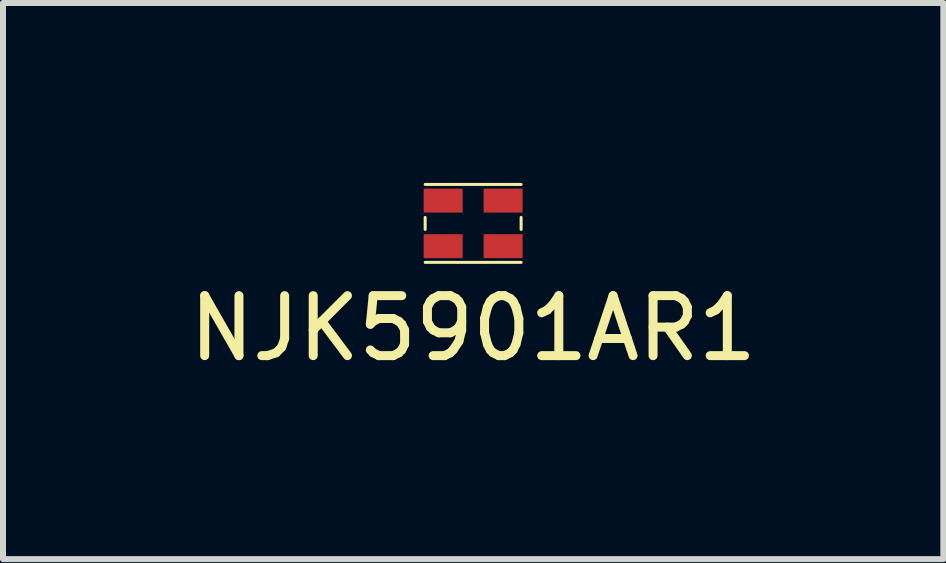
<source format=kicad_pcb>
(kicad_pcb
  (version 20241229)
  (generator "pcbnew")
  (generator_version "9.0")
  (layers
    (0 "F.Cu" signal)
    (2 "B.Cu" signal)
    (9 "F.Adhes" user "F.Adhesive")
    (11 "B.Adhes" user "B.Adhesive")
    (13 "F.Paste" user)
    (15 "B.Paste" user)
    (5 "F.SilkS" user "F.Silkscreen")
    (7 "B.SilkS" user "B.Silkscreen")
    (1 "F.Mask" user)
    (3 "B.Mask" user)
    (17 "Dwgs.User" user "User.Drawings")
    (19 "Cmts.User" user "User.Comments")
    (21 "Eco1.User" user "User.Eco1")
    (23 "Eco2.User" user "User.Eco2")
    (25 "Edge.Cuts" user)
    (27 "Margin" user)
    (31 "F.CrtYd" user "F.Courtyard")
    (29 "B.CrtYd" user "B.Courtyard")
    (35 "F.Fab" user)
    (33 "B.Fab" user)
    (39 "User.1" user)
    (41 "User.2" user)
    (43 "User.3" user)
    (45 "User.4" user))
  (footprint "NJK5901AR1"
    (layer "F.Cu")
    (at 4.839 0.675)
    (property "Reference" "NJK5901AR1" (at 0 1.75 0) (layer "F.SilkS") (effects (font (size 1 1) (thickness 0.15))))
    (attr through_hole)
    (fp_line (start -0.8 -0.65) (end 0.8 -0.65) (stroke (width 0.05) (type solid)) (layer "F.SilkS"))
    (fp_line (start -0.8 0.1) (end -0.8 -0.1) (stroke (width 0.05) (type solid)) (layer "F.SilkS"))
    (fp_line (start -0.8 0.65) (end 0.8 0.65) (stroke (width 0.05) (type solid)) (layer "F.SilkS"))
    (fp_line (start 0.8 0.1) (end 0.8 -0.1) (stroke (width 0.05) (type solid)) (layer "F.SilkS"))
    (pad "1" smd rect (at 0.5 0.38) (size 0.65 0.4) (layers "F.Cu" "F.Mask" "F.Paste"))
    (pad "2" smd rect (at 0.5 -0.38) (size 0.65 0.4) (layers "F.Cu" "F.Mask" "F.Paste"))
    (pad "3" smd rect (at -0.5 0.38) (size 0.65 0.4) (layers "F.Cu" "F.Mask" "F.Paste"))
    (pad "4" smd rect (at -0.5 -0.38) (size 0.65 0.4) (layers "F.Cu" "F.Mask" "F.Paste")))
  (gr_rect
    (start -3 -3)
    (end 12.679 6.273)
    (stroke (width 0.1) (type default))
    (fill no)
    (layer "Edge.Cuts")))
</source>
